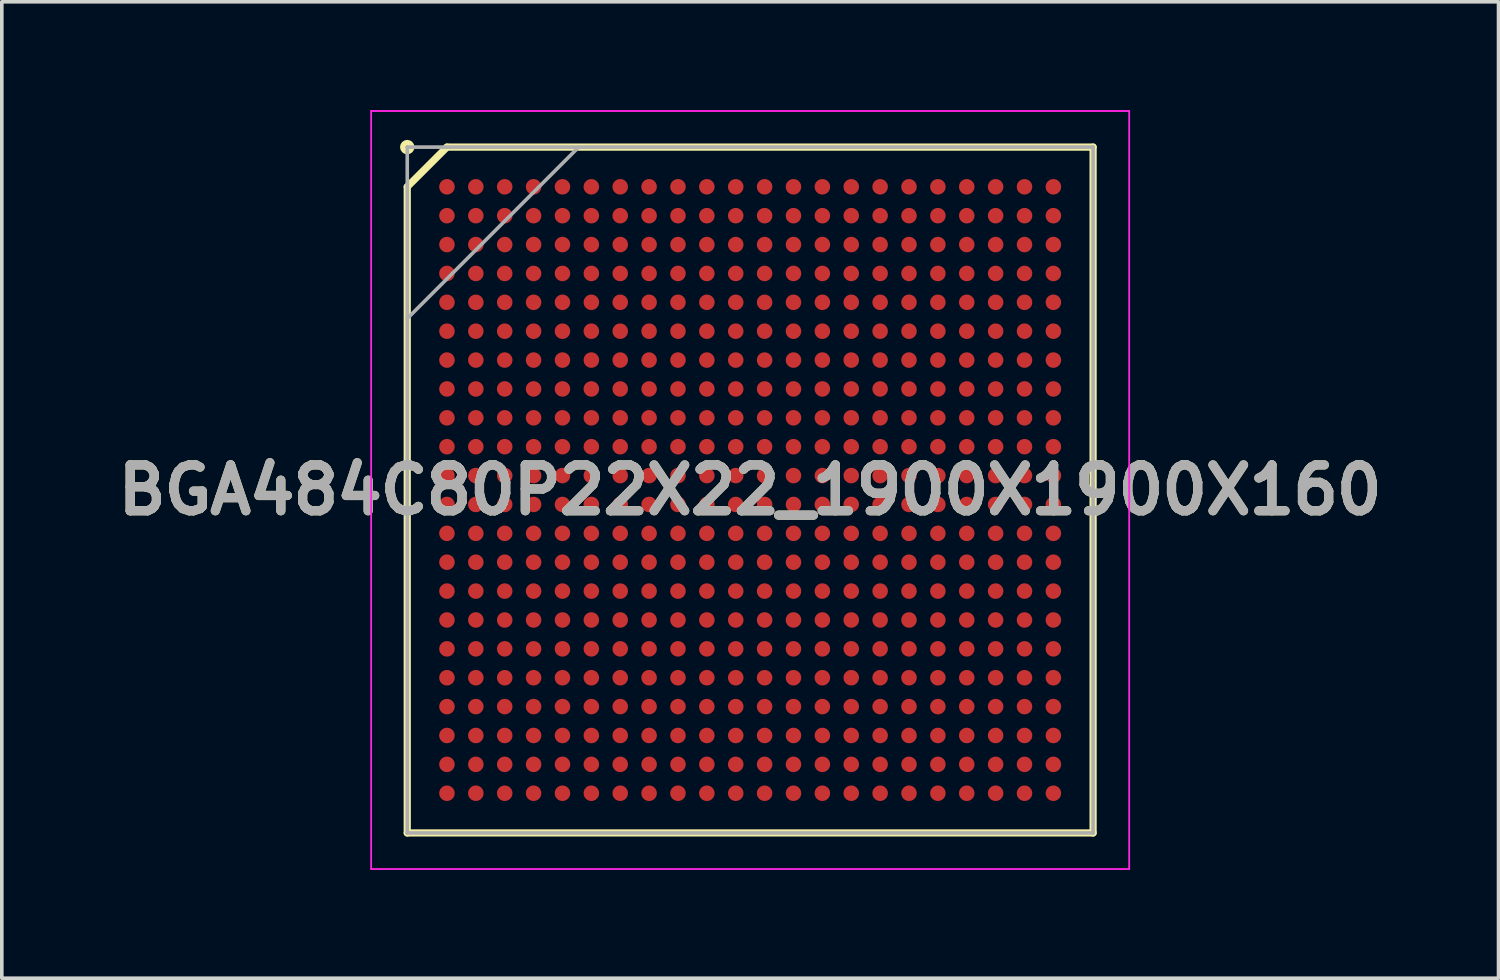
<source format=kicad_pcb>
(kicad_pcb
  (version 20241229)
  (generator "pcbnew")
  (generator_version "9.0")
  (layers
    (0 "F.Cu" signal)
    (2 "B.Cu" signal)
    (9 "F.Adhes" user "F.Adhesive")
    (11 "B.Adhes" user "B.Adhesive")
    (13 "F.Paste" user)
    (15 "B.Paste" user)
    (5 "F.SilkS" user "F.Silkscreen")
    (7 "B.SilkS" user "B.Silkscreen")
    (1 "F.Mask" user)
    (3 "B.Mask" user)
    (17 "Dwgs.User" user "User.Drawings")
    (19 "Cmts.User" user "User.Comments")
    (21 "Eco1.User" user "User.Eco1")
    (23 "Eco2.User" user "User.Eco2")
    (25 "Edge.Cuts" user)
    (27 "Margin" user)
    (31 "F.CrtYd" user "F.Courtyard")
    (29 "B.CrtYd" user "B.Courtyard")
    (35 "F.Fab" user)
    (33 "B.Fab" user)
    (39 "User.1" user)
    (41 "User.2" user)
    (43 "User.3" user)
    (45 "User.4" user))
  (footprint "BGA484C80P22X22_1900X1900X160"
    (layer "F.Cu")
    (at 17.732 10.525)
    (property "Reference" "BGA484C80P22X22_1900X1900X160" (at 0 0 0) (layer "F.SilkS") (effects (font (size 1.27 1.27) (thickness 0.254))))
    (attr smd)
    (fp_line (start -9.5 -8.4) (end -8.4 -9.5) (stroke (width 0.2) (type solid)) (layer "F.SilkS"))
    (fp_line (start -9.5 9.5) (end -9.5 -8.4) (stroke (width 0.2) (type solid)) (layer "F.SilkS"))
    (fp_line (start -8.4 -9.5) (end 9.5 -9.5) (stroke (width 0.2) (type solid)) (layer "F.SilkS"))
    (fp_line (start 9.5 -9.5) (end 9.5 9.5) (stroke (width 0.2) (type solid)) (layer "F.SilkS"))
    (fp_line (start 9.5 9.5) (end -9.5 9.5) (stroke (width 0.2) (type solid)) (layer "F.SilkS"))
    (fp_circle (center -9.5 -9.5) (end -9.5 -9.4) (stroke (width 0.2) (type solid)) (fill no) (layer "F.SilkS"))
    (fp_line (start -10.5 -10.5) (end 10.5 -10.5) (stroke (width 0.05) (type solid)) (layer "F.CrtYd"))
    (fp_line (start -10.5 10.5) (end -10.5 -10.5) (stroke (width 0.05) (type solid)) (layer "F.CrtYd"))
    (fp_line (start 10.5 -10.5) (end 10.5 10.5) (stroke (width 0.05) (type solid)) (layer "F.CrtYd"))
    (fp_line (start 10.5 10.5) (end -10.5 10.5) (stroke (width 0.05) (type solid)) (layer "F.CrtYd"))
    (fp_line (start -9.5 -9.5) (end 9.5 -9.5) (stroke (width 0.1) (type solid)) (layer "F.Fab"))
    (fp_line (start -9.5 -4.75) (end -4.75 -9.5) (stroke (width 0.1) (type solid)) (layer "F.Fab"))
    (fp_line (start -9.5 9.5) (end -9.5 -9.5) (stroke (width 0.1) (type solid)) (layer "F.Fab"))
    (fp_line (start 9.5 -9.5) (end 9.5 9.5) (stroke (width 0.1) (type solid)) (layer "F.Fab"))
    (fp_line (start 9.5 9.5) (end -9.5 9.5) (stroke (width 0.1) (type solid)) (layer "F.Fab"))
    (fp_text user "${REFERENCE}" (at 0 0 0) (layer "F.Fab") (effects (font (size 1.27 1.27) (thickness 0.254))))
    (pad "A1" smd circle (at -8.4 -8.4 90) (size 0.43 0.43) (layers "F.Cu" "F.Mask" "F.Paste"))
    (pad "A2" smd circle (at -7.6 -8.4 90) (size 0.43 0.43) (layers "F.Cu" "F.Mask" "F.Paste"))
    (pad "A3" smd circle (at -6.8 -8.4 90) (size 0.43 0.43) (layers "F.Cu" "F.Mask" "F.Paste"))
    (pad "A4" smd circle (at -6 -8.4 90) (size 0.43 0.43) (layers "F.Cu" "F.Mask" "F.Paste"))
    (pad "A5" smd circle (at -5.2 -8.4 90) (size 0.43 0.43) (layers "F.Cu" "F.Mask" "F.Paste"))
    (pad "A6" smd circle (at -4.4 -8.4 90) (size 0.43 0.43) (layers "F.Cu" "F.Mask" "F.Paste"))
    (pad "A7" smd circle (at -3.6 -8.4 90) (size 0.43 0.43) (layers "F.Cu" "F.Mask" "F.Paste"))
    (pad "A8" smd circle (at -2.8 -8.4 90) (size 0.43 0.43) (layers "F.Cu" "F.Mask" "F.Paste"))
    (pad "A9" smd circle (at -2 -8.4 90) (size 0.43 0.43) (layers "F.Cu" "F.Mask" "F.Paste"))
    (pad "A10" smd circle (at -1.2 -8.4 90) (size 0.43 0.43) (layers "F.Cu" "F.Mask" "F.Paste"))
    (pad "A11" smd circle (at -0.4 -8.4 90) (size 0.43 0.43) (layers "F.Cu" "F.Mask" "F.Paste"))
    (pad "A12" smd circle (at 0.4 -8.4 90) (size 0.43 0.43) (layers "F.Cu" "F.Mask" "F.Paste"))
    (pad "A13" smd circle (at 1.2 -8.4 90) (size 0.43 0.43) (layers "F.Cu" "F.Mask" "F.Paste"))
    (pad "A14" smd circle (at 2 -8.4 90) (size 0.43 0.43) (layers "F.Cu" "F.Mask" "F.Paste"))
    (pad "A15" smd circle (at 2.8 -8.4 90) (size 0.43 0.43) (layers "F.Cu" "F.Mask" "F.Paste"))
    (pad "A16" smd circle (at 3.6 -8.4 90) (size 0.43 0.43) (layers "F.Cu" "F.Mask" "F.Paste"))
    (pad "A17" smd circle (at 4.4 -8.4 90) (size 0.43 0.43) (layers "F.Cu" "F.Mask" "F.Paste"))
    (pad "A18" smd circle (at 5.2 -8.4 90) (size 0.43 0.43) (layers "F.Cu" "F.Mask" "F.Paste"))
    (pad "A19" smd circle (at 6 -8.4 90) (size 0.43 0.43) (layers "F.Cu" "F.Mask" "F.Paste"))
    (pad "A20" smd circle (at 6.8 -8.4 90) (size 0.43 0.43) (layers "F.Cu" "F.Mask" "F.Paste"))
    (pad "A21" smd circle (at 7.6 -8.4 90) (size 0.43 0.43) (layers "F.Cu" "F.Mask" "F.Paste"))
    (pad "A22" smd circle (at 8.4 -8.4 90) (size 0.43 0.43) (layers "F.Cu" "F.Mask" "F.Paste"))
    (pad "AA1" smd circle (at -8.4 7.6 90) (size 0.43 0.43) (layers "F.Cu" "F.Mask" "F.Paste"))
    (pad "AA2" smd circle (at -7.6 7.6 90) (size 0.43 0.43) (layers "F.Cu" "F.Mask" "F.Paste"))
    (pad "AA3" smd circle (at -6.8 7.6 90) (size 0.43 0.43) (layers "F.Cu" "F.Mask" "F.Paste"))
    (pad "AA4" smd circle (at -6 7.6 90) (size 0.43 0.43) (layers "F.Cu" "F.Mask" "F.Paste"))
    (pad "AA5" smd circle (at -5.2 7.6 90) (size 0.43 0.43) (layers "F.Cu" "F.Mask" "F.Paste"))
    (pad "AA6" smd circle (at -4.4 7.6 90) (size 0.43 0.43) (layers "F.Cu" "F.Mask" "F.Paste"))
    (pad "AA7" smd circle (at -3.6 7.6 90) (size 0.43 0.43) (layers "F.Cu" "F.Mask" "F.Paste"))
    (pad "AA8" smd circle (at -2.8 7.6 90) (size 0.43 0.43) (layers "F.Cu" "F.Mask" "F.Paste"))
    (pad "AA9" smd circle (at -2 7.6 90) (size 0.43 0.43) (layers "F.Cu" "F.Mask" "F.Paste"))
    (pad "AA10" smd circle (at -1.2 7.6 90) (size 0.43 0.43) (layers "F.Cu" "F.Mask" "F.Paste"))
    (pad "AA11" smd circle (at -0.4 7.6 90) (size 0.43 0.43) (layers "F.Cu" "F.Mask" "F.Paste"))
    (pad "AA12" smd circle (at 0.4 7.6 90) (size 0.43 0.43) (layers "F.Cu" "F.Mask" "F.Paste"))
    (pad "AA13" smd circle (at 1.2 7.6 90) (size 0.43 0.43) (layers "F.Cu" "F.Mask" "F.Paste"))
    (pad "AA14" smd circle (at 2 7.6 90) (size 0.43 0.43) (layers "F.Cu" "F.Mask" "F.Paste"))
    (pad "AA15" smd circle (at 2.8 7.6 90) (size 0.43 0.43) (layers "F.Cu" "F.Mask" "F.Paste"))
    (pad "AA16" smd circle (at 3.6 7.6 90) (size 0.43 0.43) (layers "F.Cu" "F.Mask" "F.Paste"))
    (pad "AA17" smd circle (at 4.4 7.6 90) (size 0.43 0.43) (layers "F.Cu" "F.Mask" "F.Paste"))
    (pad "AA18" smd circle (at 5.2 7.6 90) (size 0.43 0.43) (layers "F.Cu" "F.Mask" "F.Paste"))
    (pad "AA19" smd circle (at 6 7.6 90) (size 0.43 0.43) (layers "F.Cu" "F.Mask" "F.Paste"))
    (pad "AA20" smd circle (at 6.8 7.6 90) (size 0.43 0.43) (layers "F.Cu" "F.Mask" "F.Paste"))
    (pad "AA21" smd circle (at 7.6 7.6 90) (size 0.43 0.43) (layers "F.Cu" "F.Mask" "F.Paste"))
    (pad "AA22" smd circle (at 8.4 7.6 90) (size 0.43 0.43) (layers "F.Cu" "F.Mask" "F.Paste"))
    (pad "AB1" smd circle (at -8.4 8.4 90) (size 0.43 0.43) (layers "F.Cu" "F.Mask" "F.Paste"))
    (pad "AB2" smd circle (at -7.6 8.4 90) (size 0.43 0.43) (layers "F.Cu" "F.Mask" "F.Paste"))
    (pad "AB3" smd circle (at -6.8 8.4 90) (size 0.43 0.43) (layers "F.Cu" "F.Mask" "F.Paste"))
    (pad "AB4" smd circle (at -6 8.4 90) (size 0.43 0.43) (layers "F.Cu" "F.Mask" "F.Paste"))
    (pad "AB5" smd circle (at -5.2 8.4 90) (size 0.43 0.43) (layers "F.Cu" "F.Mask" "F.Paste"))
    (pad "AB6" smd circle (at -4.4 8.4 90) (size 0.43 0.43) (layers "F.Cu" "F.Mask" "F.Paste"))
    (pad "AB7" smd circle (at -3.6 8.4 90) (size 0.43 0.43) (layers "F.Cu" "F.Mask" "F.Paste"))
    (pad "AB8" smd circle (at -2.8 8.4 90) (size 0.43 0.43) (layers "F.Cu" "F.Mask" "F.Paste"))
    (pad "AB9" smd circle (at -2 8.4 90) (size 0.43 0.43) (layers "F.Cu" "F.Mask" "F.Paste"))
    (pad "AB10" smd circle (at -1.2 8.4 90) (size 0.43 0.43) (layers "F.Cu" "F.Mask" "F.Paste"))
    (pad "AB11" smd circle (at -0.4 8.4 90) (size 0.43 0.43) (layers "F.Cu" "F.Mask" "F.Paste"))
    (pad "AB12" smd circle (at 0.4 8.4 90) (size 0.43 0.43) (layers "F.Cu" "F.Mask" "F.Paste"))
    (pad "AB13" smd circle (at 1.2 8.4 90) (size 0.43 0.43) (layers "F.Cu" "F.Mask" "F.Paste"))
    (pad "AB14" smd circle (at 2 8.4 90) (size 0.43 0.43) (layers "F.Cu" "F.Mask" "F.Paste"))
    (pad "AB15" smd circle (at 2.8 8.4 90) (size 0.43 0.43) (layers "F.Cu" "F.Mask" "F.Paste"))
    (pad "AB16" smd circle (at 3.6 8.4 90) (size 0.43 0.43) (layers "F.Cu" "F.Mask" "F.Paste"))
    (pad "AB17" smd circle (at 4.4 8.4 90) (size 0.43 0.43) (layers "F.Cu" "F.Mask" "F.Paste"))
    (pad "AB18" smd circle (at 5.2 8.4 90) (size 0.43 0.43) (layers "F.Cu" "F.Mask" "F.Paste"))
    (pad "AB19" smd circle (at 6 8.4 90) (size 0.43 0.43) (layers "F.Cu" "F.Mask" "F.Paste"))
    (pad "AB20" smd circle (at 6.8 8.4 90) (size 0.43 0.43) (layers "F.Cu" "F.Mask" "F.Paste"))
    (pad "AB21" smd circle (at 7.6 8.4 90) (size 0.43 0.43) (layers "F.Cu" "F.Mask" "F.Paste"))
    (pad "AB22" smd circle (at 8.4 8.4 90) (size 0.43 0.43) (layers "F.Cu" "F.Mask" "F.Paste"))
    (pad "B1" smd circle (at -8.4 -7.6 90) (size 0.43 0.43) (layers "F.Cu" "F.Mask" "F.Paste"))
    (pad "B2" smd circle (at -7.6 -7.6 90) (size 0.43 0.43) (layers "F.Cu" "F.Mask" "F.Paste"))
    (pad "B3" smd circle (at -6.8 -7.6 90) (size 0.43 0.43) (layers "F.Cu" "F.Mask" "F.Paste"))
    (pad "B4" smd circle (at -6 -7.6 90) (size 0.43 0.43) (layers "F.Cu" "F.Mask" "F.Paste"))
    (pad "B5" smd circle (at -5.2 -7.6 90) (size 0.43 0.43) (layers "F.Cu" "F.Mask" "F.Paste"))
    (pad "B6" smd circle (at -4.4 -7.6 90) (size 0.43 0.43) (layers "F.Cu" "F.Mask" "F.Paste"))
    (pad "B7" smd circle (at -3.6 -7.6 90) (size 0.43 0.43) (layers "F.Cu" "F.Mask" "F.Paste"))
    (pad "B8" smd circle (at -2.8 -7.6 90) (size 0.43 0.43) (layers "F.Cu" "F.Mask" "F.Paste"))
    (pad "B9" smd circle (at -2 -7.6 90) (size 0.43 0.43) (layers "F.Cu" "F.Mask" "F.Paste"))
    (pad "B10" smd circle (at -1.2 -7.6 90) (size 0.43 0.43) (layers "F.Cu" "F.Mask" "F.Paste"))
    (pad "B11" smd circle (at -0.4 -7.6 90) (size 0.43 0.43) (layers "F.Cu" "F.Mask" "F.Paste"))
    (pad "B12" smd circle (at 0.4 -7.6 90) (size 0.43 0.43) (layers "F.Cu" "F.Mask" "F.Paste"))
    (pad "B13" smd circle (at 1.2 -7.6 90) (size 0.43 0.43) (layers "F.Cu" "F.Mask" "F.Paste"))
    (pad "B14" smd circle (at 2 -7.6 90) (size 0.43 0.43) (layers "F.Cu" "F.Mask" "F.Paste"))
    (pad "B15" smd circle (at 2.8 -7.6 90) (size 0.43 0.43) (layers "F.Cu" "F.Mask" "F.Paste"))
    (pad "B16" smd circle (at 3.6 -7.6 90) (size 0.43 0.43) (layers "F.Cu" "F.Mask" "F.Paste"))
    (pad "B17" smd circle (at 4.4 -7.6 90) (size 0.43 0.43) (layers "F.Cu" "F.Mask" "F.Paste"))
    (pad "B18" smd circle (at 5.2 -7.6 90) (size 0.43 0.43) (layers "F.Cu" "F.Mask" "F.Paste"))
    (pad "B19" smd circle (at 6 -7.6 90) (size 0.43 0.43) (layers "F.Cu" "F.Mask" "F.Paste"))
    (pad "B20" smd circle (at 6.8 -7.6 90) (size 0.43 0.43) (layers "F.Cu" "F.Mask" "F.Paste"))
    (pad "B21" smd circle (at 7.6 -7.6 90) (size 0.43 0.43) (layers "F.Cu" "F.Mask" "F.Paste"))
    (pad "B22" smd circle (at 8.4 -7.6 90) (size 0.43 0.43) (layers "F.Cu" "F.Mask" "F.Paste"))
    (pad "C1" smd circle (at -8.4 -6.8 90) (size 0.43 0.43) (layers "F.Cu" "F.Mask" "F.Paste"))
    (pad "C2" smd circle (at -7.6 -6.8 90) (size 0.43 0.43) (layers "F.Cu" "F.Mask" "F.Paste"))
    (pad "C3" smd circle (at -6.8 -6.8 90) (size 0.43 0.43) (layers "F.Cu" "F.Mask" "F.Paste"))
    (pad "C4" smd circle (at -6 -6.8 90) (size 0.43 0.43) (layers "F.Cu" "F.Mask" "F.Paste"))
    (pad "C5" smd circle (at -5.2 -6.8 90) (size 0.43 0.43) (layers "F.Cu" "F.Mask" "F.Paste"))
    (pad "C6" smd circle (at -4.4 -6.8 90) (size 0.43 0.43) (layers "F.Cu" "F.Mask" "F.Paste"))
    (pad "C7" smd circle (at -3.6 -6.8 90) (size 0.43 0.43) (layers "F.Cu" "F.Mask" "F.Paste"))
    (pad "C8" smd circle (at -2.8 -6.8 90) (size 0.43 0.43) (layers "F.Cu" "F.Mask" "F.Paste"))
    (pad "C9" smd circle (at -2 -6.8 90) (size 0.43 0.43) (layers "F.Cu" "F.Mask" "F.Paste"))
    (pad "C10" smd circle (at -1.2 -6.8 90) (size 0.43 0.43) (layers "F.Cu" "F.Mask" "F.Paste"))
    (pad "C11" smd circle (at -0.4 -6.8 90) (size 0.43 0.43) (layers "F.Cu" "F.Mask" "F.Paste"))
    (pad "C12" smd circle (at 0.4 -6.8 90) (size 0.43 0.43) (layers "F.Cu" "F.Mask" "F.Paste"))
    (pad "C13" smd circle (at 1.2 -6.8 90) (size 0.43 0.43) (layers "F.Cu" "F.Mask" "F.Paste"))
    (pad "C14" smd circle (at 2 -6.8 90) (size 0.43 0.43) (layers "F.Cu" "F.Mask" "F.Paste"))
    (pad "C15" smd circle (at 2.8 -6.8 90) (size 0.43 0.43) (layers "F.Cu" "F.Mask" "F.Paste"))
    (pad "C16" smd circle (at 3.6 -6.8 90) (size 0.43 0.43) (layers "F.Cu" "F.Mask" "F.Paste"))
    (pad "C17" smd circle (at 4.4 -6.8 90) (size 0.43 0.43) (layers "F.Cu" "F.Mask" "F.Paste"))
    (pad "C18" smd circle (at 5.2 -6.8 90) (size 0.43 0.43) (layers "F.Cu" "F.Mask" "F.Paste"))
    (pad "C19" smd circle (at 6 -6.8 90) (size 0.43 0.43) (layers "F.Cu" "F.Mask" "F.Paste"))
    (pad "C20" smd circle (at 6.8 -6.8 90) (size 0.43 0.43) (layers "F.Cu" "F.Mask" "F.Paste"))
    (pad "C21" smd circle (at 7.6 -6.8 90) (size 0.43 0.43) (layers "F.Cu" "F.Mask" "F.Paste"))
    (pad "C22" smd circle (at 8.4 -6.8 90) (size 0.43 0.43) (layers "F.Cu" "F.Mask" "F.Paste"))
    (pad "D1" smd circle (at -8.4 -6 90) (size 0.43 0.43) (layers "F.Cu" "F.Mask" "F.Paste"))
    (pad "D2" smd circle (at -7.6 -6 90) (size 0.43 0.43) (layers "F.Cu" "F.Mask" "F.Paste"))
    (pad "D3" smd circle (at -6.8 -6 90) (size 0.43 0.43) (layers "F.Cu" "F.Mask" "F.Paste"))
    (pad "D4" smd circle (at -6 -6 90) (size 0.43 0.43) (layers "F.Cu" "F.Mask" "F.Paste"))
    (pad "D5" smd circle (at -5.2 -6 90) (size 0.43 0.43) (layers "F.Cu" "F.Mask" "F.Paste"))
    (pad "D6" smd circle (at -4.4 -6 90) (size 0.43 0.43) (layers "F.Cu" "F.Mask" "F.Paste"))
    (pad "D7" smd circle (at -3.6 -6 90) (size 0.43 0.43) (layers "F.Cu" "F.Mask" "F.Paste"))
    (pad "D8" smd circle (at -2.8 -6 90) (size 0.43 0.43) (layers "F.Cu" "F.Mask" "F.Paste"))
    (pad "D9" smd circle (at -2 -6 90) (size 0.43 0.43) (layers "F.Cu" "F.Mask" "F.Paste"))
    (pad "D10" smd circle (at -1.2 -6 90) (size 0.43 0.43) (layers "F.Cu" "F.Mask" "F.Paste"))
    (pad "D11" smd circle (at -0.4 -6 90) (size 0.43 0.43) (layers "F.Cu" "F.Mask" "F.Paste"))
    (pad "D12" smd circle (at 0.4 -6 90) (size 0.43 0.43) (layers "F.Cu" "F.Mask" "F.Paste"))
    (pad "D13" smd circle (at 1.2 -6 90) (size 0.43 0.43) (layers "F.Cu" "F.Mask" "F.Paste"))
    (pad "D14" smd circle (at 2 -6 90) (size 0.43 0.43) (layers "F.Cu" "F.Mask" "F.Paste"))
    (pad "D15" smd circle (at 2.8 -6 90) (size 0.43 0.43) (layers "F.Cu" "F.Mask" "F.Paste"))
    (pad "D16" smd circle (at 3.6 -6 90) (size 0.43 0.43) (layers "F.Cu" "F.Mask" "F.Paste"))
    (pad "D17" smd circle (at 4.4 -6 90) (size 0.43 0.43) (layers "F.Cu" "F.Mask" "F.Paste"))
    (pad "D18" smd circle (at 5.2 -6 90) (size 0.43 0.43) (layers "F.Cu" "F.Mask" "F.Paste"))
    (pad "D19" smd circle (at 6 -6 90) (size 0.43 0.43) (layers "F.Cu" "F.Mask" "F.Paste"))
    (pad "D20" smd circle (at 6.8 -6 90) (size 0.43 0.43) (layers "F.Cu" "F.Mask" "F.Paste"))
    (pad "D21" smd circle (at 7.6 -6 90) (size 0.43 0.43) (layers "F.Cu" "F.Mask" "F.Paste"))
    (pad "D22" smd circle (at 8.4 -6 90) (size 0.43 0.43) (layers "F.Cu" "F.Mask" "F.Paste"))
    (pad "E1" smd circle (at -8.4 -5.2 90) (size 0.43 0.43) (layers "F.Cu" "F.Mask" "F.Paste"))
    (pad "E2" smd circle (at -7.6 -5.2 90) (size 0.43 0.43) (layers "F.Cu" "F.Mask" "F.Paste"))
    (pad "E3" smd circle (at -6.8 -5.2 90) (size 0.43 0.43) (layers "F.Cu" "F.Mask" "F.Paste"))
    (pad "E4" smd circle (at -6 -5.2 90) (size 0.43 0.43) (layers "F.Cu" "F.Mask" "F.Paste"))
    (pad "E5" smd circle (at -5.2 -5.2 90) (size 0.43 0.43) (layers "F.Cu" "F.Mask" "F.Paste"))
    (pad "E6" smd circle (at -4.4 -5.2 90) (size 0.43 0.43) (layers "F.Cu" "F.Mask" "F.Paste"))
    (pad "E7" smd circle (at -3.6 -5.2 90) (size 0.43 0.43) (layers "F.Cu" "F.Mask" "F.Paste"))
    (pad "E8" smd circle (at -2.8 -5.2 90) (size 0.43 0.43) (layers "F.Cu" "F.Mask" "F.Paste"))
    (pad "E9" smd circle (at -2 -5.2 90) (size 0.43 0.43) (layers "F.Cu" "F.Mask" "F.Paste"))
    (pad "E10" smd circle (at -1.2 -5.2 90) (size 0.43 0.43) (layers "F.Cu" "F.Mask" "F.Paste"))
    (pad "E11" smd circle (at -0.4 -5.2 90) (size 0.43 0.43) (layers "F.Cu" "F.Mask" "F.Paste"))
    (pad "E12" smd circle (at 0.4 -5.2 90) (size 0.43 0.43) (layers "F.Cu" "F.Mask" "F.Paste"))
    (pad "E13" smd circle (at 1.2 -5.2 90) (size 0.43 0.43) (layers "F.Cu" "F.Mask" "F.Paste"))
    (pad "E14" smd circle (at 2 -5.2 90) (size 0.43 0.43) (layers "F.Cu" "F.Mask" "F.Paste"))
    (pad "E15" smd circle (at 2.8 -5.2 90) (size 0.43 0.43) (layers "F.Cu" "F.Mask" "F.Paste"))
    (pad "E16" smd circle (at 3.6 -5.2 90) (size 0.43 0.43) (layers "F.Cu" "F.Mask" "F.Paste"))
    (pad "E17" smd circle (at 4.4 -5.2 90) (size 0.43 0.43) (layers "F.Cu" "F.Mask" "F.Paste"))
    (pad "E18" smd circle (at 5.2 -5.2 90) (size 0.43 0.43) (layers "F.Cu" "F.Mask" "F.Paste"))
    (pad "E19" smd circle (at 6 -5.2 90) (size 0.43 0.43) (layers "F.Cu" "F.Mask" "F.Paste"))
    (pad "E20" smd circle (at 6.8 -5.2 90) (size 0.43 0.43) (layers "F.Cu" "F.Mask" "F.Paste"))
    (pad "E21" smd circle (at 7.6 -5.2 90) (size 0.43 0.43) (layers "F.Cu" "F.Mask" "F.Paste"))
    (pad "E22" smd circle (at 8.4 -5.2 90) (size 0.43 0.43) (layers "F.Cu" "F.Mask" "F.Paste"))
    (pad "F1" smd circle (at -8.4 -4.4 90) (size 0.43 0.43) (layers "F.Cu" "F.Mask" "F.Paste"))
    (pad "F2" smd circle (at -7.6 -4.4 90) (size 0.43 0.43) (layers "F.Cu" "F.Mask" "F.Paste"))
    (pad "F3" smd circle (at -6.8 -4.4 90) (size 0.43 0.43) (layers "F.Cu" "F.Mask" "F.Paste"))
    (pad "F4" smd circle (at -6 -4.4 90) (size 0.43 0.43) (layers "F.Cu" "F.Mask" "F.Paste"))
    (pad "F5" smd circle (at -5.2 -4.4 90) (size 0.43 0.43) (layers "F.Cu" "F.Mask" "F.Paste"))
    (pad "F6" smd circle (at -4.4 -4.4 90) (size 0.43 0.43) (layers "F.Cu" "F.Mask" "F.Paste"))
    (pad "F7" smd circle (at -3.6 -4.4 90) (size 0.43 0.43) (layers "F.Cu" "F.Mask" "F.Paste"))
    (pad "F8" smd circle (at -2.8 -4.4 90) (size 0.43 0.43) (layers "F.Cu" "F.Mask" "F.Paste"))
    (pad "F9" smd circle (at -2 -4.4 90) (size 0.43 0.43) (layers "F.Cu" "F.Mask" "F.Paste"))
    (pad "F10" smd circle (at -1.2 -4.4 90) (size 0.43 0.43) (layers "F.Cu" "F.Mask" "F.Paste"))
    (pad "F11" smd circle (at -0.4 -4.4 90) (size 0.43 0.43) (layers "F.Cu" "F.Mask" "F.Paste"))
    (pad "F12" smd circle (at 0.4 -4.4 90) (size 0.43 0.43) (layers "F.Cu" "F.Mask" "F.Paste"))
    (pad "F13" smd circle (at 1.2 -4.4 90) (size 0.43 0.43) (layers "F.Cu" "F.Mask" "F.Paste"))
    (pad "F14" smd circle (at 2 -4.4 90) (size 0.43 0.43) (layers "F.Cu" "F.Mask" "F.Paste"))
    (pad "F15" smd circle (at 2.8 -4.4 90) (size 0.43 0.43) (layers "F.Cu" "F.Mask" "F.Paste"))
    (pad "F16" smd circle (at 3.6 -4.4 90) (size 0.43 0.43) (layers "F.Cu" "F.Mask" "F.Paste"))
    (pad "F17" smd circle (at 4.4 -4.4 90) (size 0.43 0.43) (layers "F.Cu" "F.Mask" "F.Paste"))
    (pad "F18" smd circle (at 5.2 -4.4 90) (size 0.43 0.43) (layers "F.Cu" "F.Mask" "F.Paste"))
    (pad "F19" smd circle (at 6 -4.4 90) (size 0.43 0.43) (layers "F.Cu" "F.Mask" "F.Paste"))
    (pad "F20" smd circle (at 6.8 -4.4 90) (size 0.43 0.43) (layers "F.Cu" "F.Mask" "F.Paste"))
    (pad "F21" smd circle (at 7.6 -4.4 90) (size 0.43 0.43) (layers "F.Cu" "F.Mask" "F.Paste"))
    (pad "F22" smd circle (at 8.4 -4.4 90) (size 0.43 0.43) (layers "F.Cu" "F.Mask" "F.Paste"))
    (pad "G1" smd circle (at -8.4 -3.6 90) (size 0.43 0.43) (layers "F.Cu" "F.Mask" "F.Paste"))
    (pad "G2" smd circle (at -7.6 -3.6 90) (size 0.43 0.43) (layers "F.Cu" "F.Mask" "F.Paste"))
    (pad "G3" smd circle (at -6.8 -3.6 90) (size 0.43 0.43) (layers "F.Cu" "F.Mask" "F.Paste"))
    (pad "G4" smd circle (at -6 -3.6 90) (size 0.43 0.43) (layers "F.Cu" "F.Mask" "F.Paste"))
    (pad "G5" smd circle (at -5.2 -3.6 90) (size 0.43 0.43) (layers "F.Cu" "F.Mask" "F.Paste"))
    (pad "G6" smd circle (at -4.4 -3.6 90) (size 0.43 0.43) (layers "F.Cu" "F.Mask" "F.Paste"))
    (pad "G7" smd circle (at -3.6 -3.6 90) (size 0.43 0.43) (layers "F.Cu" "F.Mask" "F.Paste"))
    (pad "G8" smd circle (at -2.8 -3.6 90) (size 0.43 0.43) (layers "F.Cu" "F.Mask" "F.Paste"))
    (pad "G9" smd circle (at -2 -3.6 90) (size 0.43 0.43) (layers "F.Cu" "F.Mask" "F.Paste"))
    (pad "G10" smd circle (at -1.2 -3.6 90) (size 0.43 0.43) (layers "F.Cu" "F.Mask" "F.Paste"))
    (pad "G11" smd circle (at -0.4 -3.6 90) (size 0.43 0.43) (layers "F.Cu" "F.Mask" "F.Paste"))
    (pad "G12" smd circle (at 0.4 -3.6 90) (size 0.43 0.43) (layers "F.Cu" "F.Mask" "F.Paste"))
    (pad "G13" smd circle (at 1.2 -3.6 90) (size 0.43 0.43) (layers "F.Cu" "F.Mask" "F.Paste"))
    (pad "G14" smd circle (at 2 -3.6 90) (size 0.43 0.43) (layers "F.Cu" "F.Mask" "F.Paste"))
    (pad "G15" smd circle (at 2.8 -3.6 90) (size 0.43 0.43) (layers "F.Cu" "F.Mask" "F.Paste"))
    (pad "G16" smd circle (at 3.6 -3.6 90) (size 0.43 0.43) (layers "F.Cu" "F.Mask" "F.Paste"))
    (pad "G17" smd circle (at 4.4 -3.6 90) (size 0.43 0.43) (layers "F.Cu" "F.Mask" "F.Paste"))
    (pad "G18" smd circle (at 5.2 -3.6 90) (size 0.43 0.43) (layers "F.Cu" "F.Mask" "F.Paste"))
    (pad "G19" smd circle (at 6 -3.6 90) (size 0.43 0.43) (layers "F.Cu" "F.Mask" "F.Paste"))
    (pad "G20" smd circle (at 6.8 -3.6 90) (size 0.43 0.43) (layers "F.Cu" "F.Mask" "F.Paste"))
    (pad "G21" smd circle (at 7.6 -3.6 90) (size 0.43 0.43) (layers "F.Cu" "F.Mask" "F.Paste"))
    (pad "G22" smd circle (at 8.4 -3.6 90) (size 0.43 0.43) (layers "F.Cu" "F.Mask" "F.Paste"))
    (pad "H1" smd circle (at -8.4 -2.8 90) (size 0.43 0.43) (layers "F.Cu" "F.Mask" "F.Paste"))
    (pad "H2" smd circle (at -7.6 -2.8 90) (size 0.43 0.43) (layers "F.Cu" "F.Mask" "F.Paste"))
    (pad "H3" smd circle (at -6.8 -2.8 90) (size 0.43 0.43) (layers "F.Cu" "F.Mask" "F.Paste"))
    (pad "H4" smd circle (at -6 -2.8 90) (size 0.43 0.43) (layers "F.Cu" "F.Mask" "F.Paste"))
    (pad "H5" smd circle (at -5.2 -2.8 90) (size 0.43 0.43) (layers "F.Cu" "F.Mask" "F.Paste"))
    (pad "H6" smd circle (at -4.4 -2.8 90) (size 0.43 0.43) (layers "F.Cu" "F.Mask" "F.Paste"))
    (pad "H7" smd circle (at -3.6 -2.8 90) (size 0.43 0.43) (layers "F.Cu" "F.Mask" "F.Paste"))
    (pad "H8" smd circle (at -2.8 -2.8 90) (size 0.43 0.43) (layers "F.Cu" "F.Mask" "F.Paste"))
    (pad "H9" smd circle (at -2 -2.8 90) (size 0.43 0.43) (layers "F.Cu" "F.Mask" "F.Paste"))
    (pad "H10" smd circle (at -1.2 -2.8 90) (size 0.43 0.43) (layers "F.Cu" "F.Mask" "F.Paste"))
    (pad "H11" smd circle (at -0.4 -2.8 90) (size 0.43 0.43) (layers "F.Cu" "F.Mask" "F.Paste"))
    (pad "H12" smd circle (at 0.4 -2.8 90) (size 0.43 0.43) (layers "F.Cu" "F.Mask" "F.Paste"))
    (pad "H13" smd circle (at 1.2 -2.8 90) (size 0.43 0.43) (layers "F.Cu" "F.Mask" "F.Paste"))
    (pad "H14" smd circle (at 2 -2.8 90) (size 0.43 0.43) (layers "F.Cu" "F.Mask" "F.Paste"))
    (pad "H15" smd circle (at 2.8 -2.8 90) (size 0.43 0.43) (layers "F.Cu" "F.Mask" "F.Paste"))
    (pad "H16" smd circle (at 3.6 -2.8 90) (size 0.43 0.43) (layers "F.Cu" "F.Mask" "F.Paste"))
    (pad "H17" smd circle (at 4.4 -2.8 90) (size 0.43 0.43) (layers "F.Cu" "F.Mask" "F.Paste"))
    (pad "H18" smd circle (at 5.2 -2.8 90) (size 0.43 0.43) (layers "F.Cu" "F.Mask" "F.Paste"))
    (pad "H19" smd circle (at 6 -2.8 90) (size 0.43 0.43) (layers "F.Cu" "F.Mask" "F.Paste"))
    (pad "H20" smd circle (at 6.8 -2.8 90) (size 0.43 0.43) (layers "F.Cu" "F.Mask" "F.Paste"))
    (pad "H21" smd circle (at 7.6 -2.8 90) (size 0.43 0.43) (layers "F.Cu" "F.Mask" "F.Paste"))
    (pad "H22" smd circle (at 8.4 -2.8 90) (size 0.43 0.43) (layers "F.Cu" "F.Mask" "F.Paste"))
    (pad "J1" smd circle (at -8.4 -2 90) (size 0.43 0.43) (layers "F.Cu" "F.Mask" "F.Paste"))
    (pad "J2" smd circle (at -7.6 -2 90) (size 0.43 0.43) (layers "F.Cu" "F.Mask" "F.Paste"))
    (pad "J3" smd circle (at -6.8 -2 90) (size 0.43 0.43) (layers "F.Cu" "F.Mask" "F.Paste"))
    (pad "J4" smd circle (at -6 -2 90) (size 0.43 0.43) (layers "F.Cu" "F.Mask" "F.Paste"))
    (pad "J5" smd circle (at -5.2 -2 90) (size 0.43 0.43) (layers "F.Cu" "F.Mask" "F.Paste"))
    (pad "J6" smd circle (at -4.4 -2 90) (size 0.43 0.43) (layers "F.Cu" "F.Mask" "F.Paste"))
    (pad "J7" smd circle (at -3.6 -2 90) (size 0.43 0.43) (layers "F.Cu" "F.Mask" "F.Paste"))
    (pad "J8" smd circle (at -2.8 -2 90) (size 0.43 0.43) (layers "F.Cu" "F.Mask" "F.Paste"))
    (pad "J9" smd circle (at -2 -2 90) (size 0.43 0.43) (layers "F.Cu" "F.Mask" "F.Paste"))
    (pad "J10" smd circle (at -1.2 -2 90) (size 0.43 0.43) (layers "F.Cu" "F.Mask" "F.Paste"))
    (pad "J11" smd circle (at -0.4 -2 90) (size 0.43 0.43) (layers "F.Cu" "F.Mask" "F.Paste"))
    (pad "J12" smd circle (at 0.4 -2 90) (size 0.43 0.43) (layers "F.Cu" "F.Mask" "F.Paste"))
    (pad "J13" smd circle (at 1.2 -2 90) (size 0.43 0.43) (layers "F.Cu" "F.Mask" "F.Paste"))
    (pad "J14" smd circle (at 2 -2 90) (size 0.43 0.43) (layers "F.Cu" "F.Mask" "F.Paste"))
    (pad "J15" smd circle (at 2.8 -2 90) (size 0.43 0.43) (layers "F.Cu" "F.Mask" "F.Paste"))
    (pad "J16" smd circle (at 3.6 -2 90) (size 0.43 0.43) (layers "F.Cu" "F.Mask" "F.Paste"))
    (pad "J17" smd circle (at 4.4 -2 90) (size 0.43 0.43) (layers "F.Cu" "F.Mask" "F.Paste"))
    (pad "J18" smd circle (at 5.2 -2 90) (size 0.43 0.43) (layers "F.Cu" "F.Mask" "F.Paste"))
    (pad "J19" smd circle (at 6 -2 90) (size 0.43 0.43) (layers "F.Cu" "F.Mask" "F.Paste"))
    (pad "J20" smd circle (at 6.8 -2 90) (size 0.43 0.43) (layers "F.Cu" "F.Mask" "F.Paste"))
    (pad "J21" smd circle (at 7.6 -2 90) (size 0.43 0.43) (layers "F.Cu" "F.Mask" "F.Paste"))
    (pad "J22" smd circle (at 8.4 -2 90) (size 0.43 0.43) (layers "F.Cu" "F.Mask" "F.Paste"))
    (pad "K1" smd circle (at -8.4 -1.2 90) (size 0.43 0.43) (layers "F.Cu" "F.Mask" "F.Paste"))
    (pad "K2" smd circle (at -7.6 -1.2 90) (size 0.43 0.43) (layers "F.Cu" "F.Mask" "F.Paste"))
    (pad "K3" smd circle (at -6.8 -1.2 90) (size 0.43 0.43) (layers "F.Cu" "F.Mask" "F.Paste"))
    (pad "K4" smd circle (at -6 -1.2 90) (size 0.43 0.43) (layers "F.Cu" "F.Mask" "F.Paste"))
    (pad "K5" smd circle (at -5.2 -1.2 90) (size 0.43 0.43) (layers "F.Cu" "F.Mask" "F.Paste"))
    (pad "K6" smd circle (at -4.4 -1.2 90) (size 0.43 0.43) (layers "F.Cu" "F.Mask" "F.Paste"))
    (pad "K7" smd circle (at -3.6 -1.2 90) (size 0.43 0.43) (layers "F.Cu" "F.Mask" "F.Paste"))
    (pad "K8" smd circle (at -2.8 -1.2 90) (size 0.43 0.43) (layers "F.Cu" "F.Mask" "F.Paste"))
    (pad "K9" smd circle (at -2 -1.2 90) (size 0.43 0.43) (layers "F.Cu" "F.Mask" "F.Paste"))
    (pad "K10" smd circle (at -1.2 -1.2 90) (size 0.43 0.43) (layers "F.Cu" "F.Mask" "F.Paste"))
    (pad "K11" smd circle (at -0.4 -1.2 90) (size 0.43 0.43) (layers "F.Cu" "F.Mask" "F.Paste"))
    (pad "K12" smd circle (at 0.4 -1.2 90) (size 0.43 0.43) (layers "F.Cu" "F.Mask" "F.Paste"))
    (pad "K13" smd circle (at 1.2 -1.2 90) (size 0.43 0.43) (layers "F.Cu" "F.Mask" "F.Paste"))
    (pad "K14" smd circle (at 2 -1.2 90) (size 0.43 0.43) (layers "F.Cu" "F.Mask" "F.Paste"))
    (pad "K15" smd circle (at 2.8 -1.2 90) (size 0.43 0.43) (layers "F.Cu" "F.Mask" "F.Paste"))
    (pad "K16" smd circle (at 3.6 -1.2 90) (size 0.43 0.43) (layers "F.Cu" "F.Mask" "F.Paste"))
    (pad "K17" smd circle (at 4.4 -1.2 90) (size 0.43 0.43) (layers "F.Cu" "F.Mask" "F.Paste"))
    (pad "K18" smd circle (at 5.2 -1.2 90) (size 0.43 0.43) (layers "F.Cu" "F.Mask" "F.Paste"))
    (pad "K19" smd circle (at 6 -1.2 90) (size 0.43 0.43) (layers "F.Cu" "F.Mask" "F.Paste"))
    (pad "K20" smd circle (at 6.8 -1.2 90) (size 0.43 0.43) (layers "F.Cu" "F.Mask" "F.Paste"))
    (pad "K21" smd circle (at 7.6 -1.2 90) (size 0.43 0.43) (layers "F.Cu" "F.Mask" "F.Paste"))
    (pad "K22" smd circle (at 8.4 -1.2 90) (size 0.43 0.43) (layers "F.Cu" "F.Mask" "F.Paste"))
    (pad "L1" smd circle (at -8.4 -0.4 90) (size 0.43 0.43) (layers "F.Cu" "F.Mask" "F.Paste"))
    (pad "L2" smd circle (at -7.6 -0.4 90) (size 0.43 0.43) (layers "F.Cu" "F.Mask" "F.Paste"))
    (pad "L3" smd circle (at -6.8 -0.4 90) (size 0.43 0.43) (layers "F.Cu" "F.Mask" "F.Paste"))
    (pad "L4" smd circle (at -6 -0.4 90) (size 0.43 0.43) (layers "F.Cu" "F.Mask" "F.Paste"))
    (pad "L5" smd circle (at -5.2 -0.4 90) (size 0.43 0.43) (layers "F.Cu" "F.Mask" "F.Paste"))
    (pad "L6" smd circle (at -4.4 -0.4 90) (size 0.43 0.43) (layers "F.Cu" "F.Mask" "F.Paste"))
    (pad "L7" smd circle (at -3.6 -0.4 90) (size 0.43 0.43) (layers "F.Cu" "F.Mask" "F.Paste"))
    (pad "L8" smd circle (at -2.8 -0.4 90) (size 0.43 0.43) (layers "F.Cu" "F.Mask" "F.Paste"))
    (pad "L9" smd circle (at -2 -0.4 90) (size 0.43 0.43) (layers "F.Cu" "F.Mask" "F.Paste"))
    (pad "L10" smd circle (at -1.2 -0.4 90) (size 0.43 0.43) (layers "F.Cu" "F.Mask" "F.Paste"))
    (pad "L11" smd circle (at -0.4 -0.4 90) (size 0.43 0.43) (layers "F.Cu" "F.Mask" "F.Paste"))
    (pad "L12" smd circle (at 0.4 -0.4 90) (size 0.43 0.43) (layers "F.Cu" "F.Mask" "F.Paste"))
    (pad "L13" smd circle (at 1.2 -0.4 90) (size 0.43 0.43) (layers "F.Cu" "F.Mask" "F.Paste"))
    (pad "L14" smd circle (at 2 -0.4 90) (size 0.43 0.43) (layers "F.Cu" "F.Mask" "F.Paste"))
    (pad "L15" smd circle (at 2.8 -0.4 90) (size 0.43 0.43) (layers "F.Cu" "F.Mask" "F.Paste"))
    (pad "L16" smd circle (at 3.6 -0.4 90) (size 0.43 0.43) (layers "F.Cu" "F.Mask" "F.Paste"))
    (pad "L17" smd circle (at 4.4 -0.4 90) (size 0.43 0.43) (layers "F.Cu" "F.Mask" "F.Paste"))
    (pad "L18" smd circle (at 5.2 -0.4 90) (size 0.43 0.43) (layers "F.Cu" "F.Mask" "F.Paste"))
    (pad "L19" smd circle (at 6 -0.4 90) (size 0.43 0.43) (layers "F.Cu" "F.Mask" "F.Paste"))
    (pad "L20" smd circle (at 6.8 -0.4 90) (size 0.43 0.43) (layers "F.Cu" "F.Mask" "F.Paste"))
    (pad "L21" smd circle (at 7.6 -0.4 90) (size 0.43 0.43) (layers "F.Cu" "F.Mask" "F.Paste"))
    (pad "L22" smd circle (at 8.4 -0.4 90) (size 0.43 0.43) (layers "F.Cu" "F.Mask" "F.Paste"))
    (pad "M1" smd circle (at -8.4 0.4 90) (size 0.43 0.43) (layers "F.Cu" "F.Mask" "F.Paste"))
    (pad "M2" smd circle (at -7.6 0.4 90) (size 0.43 0.43) (layers "F.Cu" "F.Mask" "F.Paste"))
    (pad "M3" smd circle (at -6.8 0.4 90) (size 0.43 0.43) (layers "F.Cu" "F.Mask" "F.Paste"))
    (pad "M4" smd circle (at -6 0.4 90) (size 0.43 0.43) (layers "F.Cu" "F.Mask" "F.Paste"))
    (pad "M5" smd circle (at -5.2 0.4 90) (size 0.43 0.43) (layers "F.Cu" "F.Mask" "F.Paste"))
    (pad "M6" smd circle (at -4.4 0.4 90) (size 0.43 0.43) (layers "F.Cu" "F.Mask" "F.Paste"))
    (pad "M7" smd circle (at -3.6 0.4 90) (size 0.43 0.43) (layers "F.Cu" "F.Mask" "F.Paste"))
    (pad "M8" smd circle (at -2.8 0.4 90) (size 0.43 0.43) (layers "F.Cu" "F.Mask" "F.Paste"))
    (pad "M9" smd circle (at -2 0.4 90) (size 0.43 0.43) (layers "F.Cu" "F.Mask" "F.Paste"))
    (pad "M10" smd circle (at -1.2 0.4 90) (size 0.43 0.43) (layers "F.Cu" "F.Mask" "F.Paste"))
    (pad "M11" smd circle (at -0.4 0.4 90) (size 0.43 0.43) (layers "F.Cu" "F.Mask" "F.Paste"))
    (pad "M12" smd circle (at 0.4 0.4 90) (size 0.43 0.43) (layers "F.Cu" "F.Mask" "F.Paste"))
    (pad "M13" smd circle (at 1.2 0.4 90) (size 0.43 0.43) (layers "F.Cu" "F.Mask" "F.Paste"))
    (pad "M14" smd circle (at 2 0.4 90) (size 0.43 0.43) (layers "F.Cu" "F.Mask" "F.Paste"))
    (pad "M15" smd circle (at 2.8 0.4 90) (size 0.43 0.43) (layers "F.Cu" "F.Mask" "F.Paste"))
    (pad "M16" smd circle (at 3.6 0.4 90) (size 0.43 0.43) (layers "F.Cu" "F.Mask" "F.Paste"))
    (pad "M17" smd circle (at 4.4 0.4 90) (size 0.43 0.43) (layers "F.Cu" "F.Mask" "F.Paste"))
    (pad "M18" smd circle (at 5.2 0.4 90) (size 0.43 0.43) (layers "F.Cu" "F.Mask" "F.Paste"))
    (pad "M19" smd circle (at 6 0.4 90) (size 0.43 0.43) (layers "F.Cu" "F.Mask" "F.Paste"))
    (pad "M20" smd circle (at 6.8 0.4 90) (size 0.43 0.43) (layers "F.Cu" "F.Mask" "F.Paste"))
    (pad "M21" smd circle (at 7.6 0.4 90) (size 0.43 0.43) (layers "F.Cu" "F.Mask" "F.Paste"))
    (pad "M22" smd circle (at 8.4 0.4 90) (size 0.43 0.43) (layers "F.Cu" "F.Mask" "F.Paste"))
    (pad "N1" smd circle (at -8.4 1.2 90) (size 0.43 0.43) (layers "F.Cu" "F.Mask" "F.Paste"))
    (pad "N2" smd circle (at -7.6 1.2 90) (size 0.43 0.43) (layers "F.Cu" "F.Mask" "F.Paste"))
    (pad "N3" smd circle (at -6.8 1.2 90) (size 0.43 0.43) (layers "F.Cu" "F.Mask" "F.Paste"))
    (pad "N4" smd circle (at -6 1.2 90) (size 0.43 0.43) (layers "F.Cu" "F.Mask" "F.Paste"))
    (pad "N5" smd circle (at -5.2 1.2 90) (size 0.43 0.43) (layers "F.Cu" "F.Mask" "F.Paste"))
    (pad "N6" smd circle (at -4.4 1.2 90) (size 0.43 0.43) (layers "F.Cu" "F.Mask" "F.Paste"))
    (pad "N7" smd circle (at -3.6 1.2 90) (size 0.43 0.43) (layers "F.Cu" "F.Mask" "F.Paste"))
    (pad "N8" smd circle (at -2.8 1.2 90) (size 0.43 0.43) (layers "F.Cu" "F.Mask" "F.Paste"))
    (pad "N9" smd circle (at -2 1.2 90) (size 0.43 0.43) (layers "F.Cu" "F.Mask" "F.Paste"))
    (pad "N10" smd circle (at -1.2 1.2 90) (size 0.43 0.43) (layers "F.Cu" "F.Mask" "F.Paste"))
    (pad "N11" smd circle (at -0.4 1.2 90) (size 0.43 0.43) (layers "F.Cu" "F.Mask" "F.Paste"))
    (pad "N12" smd circle (at 0.4 1.2 90) (size 0.43 0.43) (layers "F.Cu" "F.Mask" "F.Paste"))
    (pad "N13" smd circle (at 1.2 1.2 90) (size 0.43 0.43) (layers "F.Cu" "F.Mask" "F.Paste"))
    (pad "N14" smd circle (at 2 1.2 90) (size 0.43 0.43) (layers "F.Cu" "F.Mask" "F.Paste"))
    (pad "N15" smd circle (at 2.8 1.2 90) (size 0.43 0.43) (layers "F.Cu" "F.Mask" "F.Paste"))
    (pad "N16" smd circle (at 3.6 1.2 90) (size 0.43 0.43) (layers "F.Cu" "F.Mask" "F.Paste"))
    (pad "N17" smd circle (at 4.4 1.2 90) (size 0.43 0.43) (layers "F.Cu" "F.Mask" "F.Paste"))
    (pad "N18" smd circle (at 5.2 1.2 90) (size 0.43 0.43) (layers "F.Cu" "F.Mask" "F.Paste"))
    (pad "N19" smd circle (at 6 1.2 90) (size 0.43 0.43) (layers "F.Cu" "F.Mask" "F.Paste"))
    (pad "N20" smd circle (at 6.8 1.2 90) (size 0.43 0.43) (layers "F.Cu" "F.Mask" "F.Paste"))
    (pad "N21" smd circle (at 7.6 1.2 90) (size 0.43 0.43) (layers "F.Cu" "F.Mask" "F.Paste"))
    (pad "N22" smd circle (at 8.4 1.2 90) (size 0.43 0.43) (layers "F.Cu" "F.Mask" "F.Paste"))
    (pad "P1" smd circle (at -8.4 2 90) (size 0.43 0.43) (layers "F.Cu" "F.Mask" "F.Paste"))
    (pad "P2" smd circle (at -7.6 2 90) (size 0.43 0.43) (layers "F.Cu" "F.Mask" "F.Paste"))
    (pad "P3" smd circle (at -6.8 2 90) (size 0.43 0.43) (layers "F.Cu" "F.Mask" "F.Paste"))
    (pad "P4" smd circle (at -6 2 90) (size 0.43 0.43) (layers "F.Cu" "F.Mask" "F.Paste"))
    (pad "P5" smd circle (at -5.2 2 90) (size 0.43 0.43) (layers "F.Cu" "F.Mask" "F.Paste"))
    (pad "P6" smd circle (at -4.4 2 90) (size 0.43 0.43) (layers "F.Cu" "F.Mask" "F.Paste"))
    (pad "P7" smd circle (at -3.6 2 90) (size 0.43 0.43) (layers "F.Cu" "F.Mask" "F.Paste"))
    (pad "P8" smd circle (at -2.8 2 90) (size 0.43 0.43) (layers "F.Cu" "F.Mask" "F.Paste"))
    (pad "P9" smd circle (at -2 2 90) (size 0.43 0.43) (layers "F.Cu" "F.Mask" "F.Paste"))
    (pad "P10" smd circle (at -1.2 2 90) (size 0.43 0.43) (layers "F.Cu" "F.Mask" "F.Paste"))
    (pad "P11" smd circle (at -0.4 2 90) (size 0.43 0.43) (layers "F.Cu" "F.Mask" "F.Paste"))
    (pad "P12" smd circle (at 0.4 2 90) (size 0.43 0.43) (layers "F.Cu" "F.Mask" "F.Paste"))
    (pad "P13" smd circle (at 1.2 2 90) (size 0.43 0.43) (layers "F.Cu" "F.Mask" "F.Paste"))
    (pad "P14" smd circle (at 2 2 90) (size 0.43 0.43) (layers "F.Cu" "F.Mask" "F.Paste"))
    (pad "P15" smd circle (at 2.8 2 90) (size 0.43 0.43) (layers "F.Cu" "F.Mask" "F.Paste"))
    (pad "P16" smd circle (at 3.6 2 90) (size 0.43 0.43) (layers "F.Cu" "F.Mask" "F.Paste"))
    (pad "P17" smd circle (at 4.4 2 90) (size 0.43 0.43) (layers "F.Cu" "F.Mask" "F.Paste"))
    (pad "P18" smd circle (at 5.2 2 90) (size 0.43 0.43) (layers "F.Cu" "F.Mask" "F.Paste"))
    (pad "P19" smd circle (at 6 2 90) (size 0.43 0.43) (layers "F.Cu" "F.Mask" "F.Paste"))
    (pad "P20" smd circle (at 6.8 2 90) (size 0.43 0.43) (layers "F.Cu" "F.Mask" "F.Paste"))
    (pad "P21" smd circle (at 7.6 2 90) (size 0.43 0.43) (layers "F.Cu" "F.Mask" "F.Paste"))
    (pad "P22" smd circle (at 8.4 2 90) (size 0.43 0.43) (layers "F.Cu" "F.Mask" "F.Paste"))
    (pad "R1" smd circle (at -8.4 2.8 90) (size 0.43 0.43) (layers "F.Cu" "F.Mask" "F.Paste"))
    (pad "R2" smd circle (at -7.6 2.8 90) (size 0.43 0.43) (layers "F.Cu" "F.Mask" "F.Paste"))
    (pad "R3" smd circle (at -6.8 2.8 90) (size 0.43 0.43) (layers "F.Cu" "F.Mask" "F.Paste"))
    (pad "R4" smd circle (at -6 2.8 90) (size 0.43 0.43) (layers "F.Cu" "F.Mask" "F.Paste"))
    (pad "R5" smd circle (at -5.2 2.8 90) (size 0.43 0.43) (layers "F.Cu" "F.Mask" "F.Paste"))
    (pad "R6" smd circle (at -4.4 2.8 90) (size 0.43 0.43) (layers "F.Cu" "F.Mask" "F.Paste"))
    (pad "R7" smd circle (at -3.6 2.8 90) (size 0.43 0.43) (layers "F.Cu" "F.Mask" "F.Paste"))
    (pad "R8" smd circle (at -2.8 2.8 90) (size 0.43 0.43) (layers "F.Cu" "F.Mask" "F.Paste"))
    (pad "R9" smd circle (at -2 2.8 90) (size 0.43 0.43) (layers "F.Cu" "F.Mask" "F.Paste"))
    (pad "R10" smd circle (at -1.2 2.8 90) (size 0.43 0.43) (layers "F.Cu" "F.Mask" "F.Paste"))
    (pad "R11" smd circle (at -0.4 2.8 90) (size 0.43 0.43) (layers "F.Cu" "F.Mask" "F.Paste"))
    (pad "R12" smd circle (at 0.4 2.8 90) (size 0.43 0.43) (layers "F.Cu" "F.Mask" "F.Paste"))
    (pad "R13" smd circle (at 1.2 2.8 90) (size 0.43 0.43) (layers "F.Cu" "F.Mask" "F.Paste"))
    (pad "R14" smd circle (at 2 2.8 90) (size 0.43 0.43) (layers "F.Cu" "F.Mask" "F.Paste"))
    (pad "R15" smd circle (at 2.8 2.8 90) (size 0.43 0.43) (layers "F.Cu" "F.Mask" "F.Paste"))
    (pad "R16" smd circle (at 3.6 2.8 90) (size 0.43 0.43) (layers "F.Cu" "F.Mask" "F.Paste"))
    (pad "R17" smd circle (at 4.4 2.8 90) (size 0.43 0.43) (layers "F.Cu" "F.Mask" "F.Paste"))
    (pad "R18" smd circle (at 5.2 2.8 90) (size 0.43 0.43) (layers "F.Cu" "F.Mask" "F.Paste"))
    (pad "R19" smd circle (at 6 2.8 90) (size 0.43 0.43) (layers "F.Cu" "F.Mask" "F.Paste"))
    (pad "R20" smd circle (at 6.8 2.8 90) (size 0.43 0.43) (layers "F.Cu" "F.Mask" "F.Paste"))
    (pad "R21" smd circle (at 7.6 2.8 90) (size 0.43 0.43) (layers "F.Cu" "F.Mask" "F.Paste"))
    (pad "R22" smd circle (at 8.4 2.8 90) (size 0.43 0.43) (layers "F.Cu" "F.Mask" "F.Paste"))
    (pad "T1" smd circle (at -8.4 3.6 90) (size 0.43 0.43) (layers "F.Cu" "F.Mask" "F.Paste"))
    (pad "T2" smd circle (at -7.6 3.6 90) (size 0.43 0.43) (layers "F.Cu" "F.Mask" "F.Paste"))
    (pad "T3" smd circle (at -6.8 3.6 90) (size 0.43 0.43) (layers "F.Cu" "F.Mask" "F.Paste"))
    (pad "T4" smd circle (at -6 3.6 90) (size 0.43 0.43) (layers "F.Cu" "F.Mask" "F.Paste"))
    (pad "T5" smd circle (at -5.2 3.6 90) (size 0.43 0.43) (layers "F.Cu" "F.Mask" "F.Paste"))
    (pad "T6" smd circle (at -4.4 3.6 90) (size 0.43 0.43) (layers "F.Cu" "F.Mask" "F.Paste"))
    (pad "T7" smd circle (at -3.6 3.6 90) (size 0.43 0.43) (layers "F.Cu" "F.Mask" "F.Paste"))
    (pad "T8" smd circle (at -2.8 3.6 90) (size 0.43 0.43) (layers "F.Cu" "F.Mask" "F.Paste"))
    (pad "T9" smd circle (at -2 3.6 90) (size 0.43 0.43) (layers "F.Cu" "F.Mask" "F.Paste"))
    (pad "T10" smd circle (at -1.2 3.6 90) (size 0.43 0.43) (layers "F.Cu" "F.Mask" "F.Paste"))
    (pad "T11" smd circle (at -0.4 3.6 90) (size 0.43 0.43) (layers "F.Cu" "F.Mask" "F.Paste"))
    (pad "T12" smd circle (at 0.4 3.6 90) (size 0.43 0.43) (layers "F.Cu" "F.Mask" "F.Paste"))
    (pad "T13" smd circle (at 1.2 3.6 90) (size 0.43 0.43) (layers "F.Cu" "F.Mask" "F.Paste"))
    (pad "T14" smd circle (at 2 3.6 90) (size 0.43 0.43) (layers "F.Cu" "F.Mask" "F.Paste"))
    (pad "T15" smd circle (at 2.8 3.6 90) (size 0.43 0.43) (layers "F.Cu" "F.Mask" "F.Paste"))
    (pad "T16" smd circle (at 3.6 3.6 90) (size 0.43 0.43) (layers "F.Cu" "F.Mask" "F.Paste"))
    (pad "T17" smd circle (at 4.4 3.6 90) (size 0.43 0.43) (layers "F.Cu" "F.Mask" "F.Paste"))
    (pad "T18" smd circle (at 5.2 3.6 90) (size 0.43 0.43) (layers "F.Cu" "F.Mask" "F.Paste"))
    (pad "T19" smd circle (at 6 3.6 90) (size 0.43 0.43) (layers "F.Cu" "F.Mask" "F.Paste"))
    (pad "T20" smd circle (at 6.8 3.6 90) (size 0.43 0.43) (layers "F.Cu" "F.Mask" "F.Paste"))
    (pad "T21" smd circle (at 7.6 3.6 90) (size 0.43 0.43) (layers "F.Cu" "F.Mask" "F.Paste"))
    (pad "T22" smd circle (at 8.4 3.6 90) (size 0.43 0.43) (layers "F.Cu" "F.Mask" "F.Paste"))
    (pad "U1" smd circle (at -8.4 4.4 90) (size 0.43 0.43) (layers "F.Cu" "F.Mask" "F.Paste"))
    (pad "U2" smd circle (at -7.6 4.4 90) (size 0.43 0.43) (layers "F.Cu" "F.Mask" "F.Paste"))
    (pad "U3" smd circle (at -6.8 4.4 90) (size 0.43 0.43) (layers "F.Cu" "F.Mask" "F.Paste"))
    (pad "U4" smd circle (at -6 4.4 90) (size 0.43 0.43) (layers "F.Cu" "F.Mask" "F.Paste"))
    (pad "U5" smd circle (at -5.2 4.4 90) (size 0.43 0.43) (layers "F.Cu" "F.Mask" "F.Paste"))
    (pad "U6" smd circle (at -4.4 4.4 90) (size 0.43 0.43) (layers "F.Cu" "F.Mask" "F.Paste"))
    (pad "U7" smd circle (at -3.6 4.4 90) (size 0.43 0.43) (layers "F.Cu" "F.Mask" "F.Paste"))
    (pad "U8" smd circle (at -2.8 4.4 90) (size 0.43 0.43) (layers "F.Cu" "F.Mask" "F.Paste"))
    (pad "U9" smd circle (at -2 4.4 90) (size 0.43 0.43) (layers "F.Cu" "F.Mask" "F.Paste"))
    (pad "U10" smd circle (at -1.2 4.4 90) (size 0.43 0.43) (layers "F.Cu" "F.Mask" "F.Paste"))
    (pad "U11" smd circle (at -0.4 4.4 90) (size 0.43 0.43) (layers "F.Cu" "F.Mask" "F.Paste"))
    (pad "U12" smd circle (at 0.4 4.4 90) (size 0.43 0.43) (layers "F.Cu" "F.Mask" "F.Paste"))
    (pad "U13" smd circle (at 1.2 4.4 90) (size 0.43 0.43) (layers "F.Cu" "F.Mask" "F.Paste"))
    (pad "U14" smd circle (at 2 4.4 90) (size 0.43 0.43) (layers "F.Cu" "F.Mask" "F.Paste"))
    (pad "U15" smd circle (at 2.8 4.4 90) (size 0.43 0.43) (layers "F.Cu" "F.Mask" "F.Paste"))
    (pad "U16" smd circle (at 3.6 4.4 90) (size 0.43 0.43) (layers "F.Cu" "F.Mask" "F.Paste"))
    (pad "U17" smd circle (at 4.4 4.4 90) (size 0.43 0.43) (layers "F.Cu" "F.Mask" "F.Paste"))
    (pad "U18" smd circle (at 5.2 4.4 90) (size 0.43 0.43) (layers "F.Cu" "F.Mask" "F.Paste"))
    (pad "U19" smd circle (at 6 4.4 90) (size 0.43 0.43) (layers "F.Cu" "F.Mask" "F.Paste"))
    (pad "U20" smd circle (at 6.8 4.4 90) (size 0.43 0.43) (layers "F.Cu" "F.Mask" "F.Paste"))
    (pad "U21" smd circle (at 7.6 4.4 90) (size 0.43 0.43) (layers "F.Cu" "F.Mask" "F.Paste"))
    (pad "U22" smd circle (at 8.4 4.4 90) (size 0.43 0.43) (layers "F.Cu" "F.Mask" "F.Paste"))
    (pad "V1" smd circle (at -8.4 5.2 90) (size 0.43 0.43) (layers "F.Cu" "F.Mask" "F.Paste"))
    (pad "V2" smd circle (at -7.6 5.2 90) (size 0.43 0.43) (layers "F.Cu" "F.Mask" "F.Paste"))
    (pad "V3" smd circle (at -6.8 5.2 90) (size 0.43 0.43) (layers "F.Cu" "F.Mask" "F.Paste"))
    (pad "V4" smd circle (at -6 5.2 90) (size 0.43 0.43) (layers "F.Cu" "F.Mask" "F.Paste"))
    (pad "V5" smd circle (at -5.2 5.2 90) (size 0.43 0.43) (layers "F.Cu" "F.Mask" "F.Paste"))
    (pad "V6" smd circle (at -4.4 5.2 90) (size 0.43 0.43) (layers "F.Cu" "F.Mask" "F.Paste"))
    (pad "V7" smd circle (at -3.6 5.2 90) (size 0.43 0.43) (layers "F.Cu" "F.Mask" "F.Paste"))
    (pad "V8" smd circle (at -2.8 5.2 90) (size 0.43 0.43) (layers "F.Cu" "F.Mask" "F.Paste"))
    (pad "V9" smd circle (at -2 5.2 90) (size 0.43 0.43) (layers "F.Cu" "F.Mask" "F.Paste"))
    (pad "V10" smd circle (at -1.2 5.2 90) (size 0.43 0.43) (layers "F.Cu" "F.Mask" "F.Paste"))
    (pad "V11" smd circle (at -0.4 5.2 90) (size 0.43 0.43) (layers "F.Cu" "F.Mask" "F.Paste"))
    (pad "V12" smd circle (at 0.4 5.2 90) (size 0.43 0.43) (layers "F.Cu" "F.Mask" "F.Paste"))
    (pad "V13" smd circle (at 1.2 5.2 90) (size 0.43 0.43) (layers "F.Cu" "F.Mask" "F.Paste"))
    (pad "V14" smd circle (at 2 5.2 90) (size 0.43 0.43) (layers "F.Cu" "F.Mask" "F.Paste"))
    (pad "V15" smd circle (at 2.8 5.2 90) (size 0.43 0.43) (layers "F.Cu" "F.Mask" "F.Paste"))
    (pad "V16" smd circle (at 3.6 5.2 90) (size 0.43 0.43) (layers "F.Cu" "F.Mask" "F.Paste"))
    (pad "V17" smd circle (at 4.4 5.2 90) (size 0.43 0.43) (layers "F.Cu" "F.Mask" "F.Paste"))
    (pad "V18" smd circle (at 5.2 5.2 90) (size 0.43 0.43) (layers "F.Cu" "F.Mask" "F.Paste"))
    (pad "V19" smd circle (at 6 5.2 90) (size 0.43 0.43) (layers "F.Cu" "F.Mask" "F.Paste"))
    (pad "V20" smd circle (at 6.8 5.2 90) (size 0.43 0.43) (layers "F.Cu" "F.Mask" "F.Paste"))
    (pad "V21" smd circle (at 7.6 5.2 90) (size 0.43 0.43) (layers "F.Cu" "F.Mask" "F.Paste"))
    (pad "V22" smd circle (at 8.4 5.2 90) (size 0.43 0.43) (layers "F.Cu" "F.Mask" "F.Paste"))
    (pad "W1" smd circle (at -8.4 6 90) (size 0.43 0.43) (layers "F.Cu" "F.Mask" "F.Paste"))
    (pad "W2" smd circle (at -7.6 6 90) (size 0.43 0.43) (layers "F.Cu" "F.Mask" "F.Paste"))
    (pad "W3" smd circle (at -6.8 6 90) (size 0.43 0.43) (layers "F.Cu" "F.Mask" "F.Paste"))
    (pad "W4" smd circle (at -6 6 90) (size 0.43 0.43) (layers "F.Cu" "F.Mask" "F.Paste"))
    (pad "W5" smd circle (at -5.2 6 90) (size 0.43 0.43) (layers "F.Cu" "F.Mask" "F.Paste"))
    (pad "W6" smd circle (at -4.4 6 90) (size 0.43 0.43) (layers "F.Cu" "F.Mask" "F.Paste"))
    (pad "W7" smd circle (at -3.6 6 90) (size 0.43 0.43) (layers "F.Cu" "F.Mask" "F.Paste"))
    (pad "W8" smd circle (at -2.8 6 90) (size 0.43 0.43) (layers "F.Cu" "F.Mask" "F.Paste"))
    (pad "W9" smd circle (at -2 6 90) (size 0.43 0.43) (layers "F.Cu" "F.Mask" "F.Paste"))
    (pad "W10" smd circle (at -1.2 6 90) (size 0.43 0.43) (layers "F.Cu" "F.Mask" "F.Paste"))
    (pad "W11" smd circle (at -0.4 6 90) (size 0.43 0.43) (layers "F.Cu" "F.Mask" "F.Paste"))
    (pad "W12" smd circle (at 0.4 6 90) (size 0.43 0.43) (layers "F.Cu" "F.Mask" "F.Paste"))
    (pad "W13" smd circle (at 1.2 6 90) (size 0.43 0.43) (layers "F.Cu" "F.Mask" "F.Paste"))
    (pad "W14" smd circle (at 2 6 90) (size 0.43 0.43) (layers "F.Cu" "F.Mask" "F.Paste"))
    (pad "W15" smd circle (at 2.8 6 90) (size 0.43 0.43) (layers "F.Cu" "F.Mask" "F.Paste"))
    (pad "W16" smd circle (at 3.6 6 90) (size 0.43 0.43) (layers "F.Cu" "F.Mask" "F.Paste"))
    (pad "W17" smd circle (at 4.4 6 90) (size 0.43 0.43) (layers "F.Cu" "F.Mask" "F.Paste"))
    (pad "W18" smd circle (at 5.2 6 90) (size 0.43 0.43) (layers "F.Cu" "F.Mask" "F.Paste"))
    (pad "W19" smd circle (at 6 6 90) (size 0.43 0.43) (layers "F.Cu" "F.Mask" "F.Paste"))
    (pad "W20" smd circle (at 6.8 6 90) (size 0.43 0.43) (layers "F.Cu" "F.Mask" "F.Paste"))
    (pad "W21" smd circle (at 7.6 6 90) (size 0.43 0.43) (layers "F.Cu" "F.Mask" "F.Paste"))
    (pad "W22" smd circle (at 8.4 6 90) (size 0.43 0.43) (layers "F.Cu" "F.Mask" "F.Paste"))
    (pad "Y1" smd circle (at -8.4 6.8 90) (size 0.43 0.43) (layers "F.Cu" "F.Mask" "F.Paste"))
    (pad "Y2" smd circle (at -7.6 6.8 90) (size 0.43 0.43) (layers "F.Cu" "F.Mask" "F.Paste"))
    (pad "Y3" smd circle (at -6.8 6.8 90) (size 0.43 0.43) (layers "F.Cu" "F.Mask" "F.Paste"))
    (pad "Y4" smd circle (at -6 6.8 90) (size 0.43 0.43) (layers "F.Cu" "F.Mask" "F.Paste"))
    (pad "Y5" smd circle (at -5.2 6.8 90) (size 0.43 0.43) (layers "F.Cu" "F.Mask" "F.Paste"))
    (pad "Y6" smd circle (at -4.4 6.8 90) (size 0.43 0.43) (layers "F.Cu" "F.Mask" "F.Paste"))
    (pad "Y7" smd circle (at -3.6 6.8 90) (size 0.43 0.43) (layers "F.Cu" "F.Mask" "F.Paste"))
    (pad "Y8" smd circle (at -2.8 6.8 90) (size 0.43 0.43) (layers "F.Cu" "F.Mask" "F.Paste"))
    (pad "Y9" smd circle (at -2 6.8 90) (size 0.43 0.43) (layers "F.Cu" "F.Mask" "F.Paste"))
    (pad "Y10" smd circle (at -1.2 6.8 90) (size 0.43 0.43) (layers "F.Cu" "F.Mask" "F.Paste"))
    (pad "Y11" smd circle (at -0.4 6.8 90) (size 0.43 0.43) (layers "F.Cu" "F.Mask" "F.Paste"))
    (pad "Y12" smd circle (at 0.4 6.8 90) (size 0.43 0.43) (layers "F.Cu" "F.Mask" "F.Paste"))
    (pad "Y13" smd circle (at 1.2 6.8 90) (size 0.43 0.43) (layers "F.Cu" "F.Mask" "F.Paste"))
    (pad "Y14" smd circle (at 2 6.8 90) (size 0.43 0.43) (layers "F.Cu" "F.Mask" "F.Paste"))
    (pad "Y15" smd circle (at 2.8 6.8 90) (size 0.43 0.43) (layers "F.Cu" "F.Mask" "F.Paste"))
    (pad "Y16" smd circle (at 3.6 6.8 90) (size 0.43 0.43) (layers "F.Cu" "F.Mask" "F.Paste"))
    (pad "Y17" smd circle (at 4.4 6.8 90) (size 0.43 0.43) (layers "F.Cu" "F.Mask" "F.Paste"))
    (pad "Y18" smd circle (at 5.2 6.8 90) (size 0.43 0.43) (layers "F.Cu" "F.Mask" "F.Paste"))
    (pad "Y19" smd circle (at 6 6.8 90) (size 0.43 0.43) (layers "F.Cu" "F.Mask" "F.Paste"))
    (pad "Y20" smd circle (at 6.8 6.8 90) (size 0.43 0.43) (layers "F.Cu" "F.Mask" "F.Paste"))
    (pad "Y21" smd circle (at 7.6 6.8 90) (size 0.43 0.43) (layers "F.Cu" "F.Mask" "F.Paste"))
    (pad "Y22" smd circle (at 8.4 6.8 90) (size 0.43 0.43) (layers "F.Cu" "F.Mask" "F.Paste")))
  (gr_rect
    (start -3 -3)
    (end 38.463 24.05)
    (stroke (width 0.1) (type default))
    (fill no)
    (layer "Edge.Cuts")))
</source>
